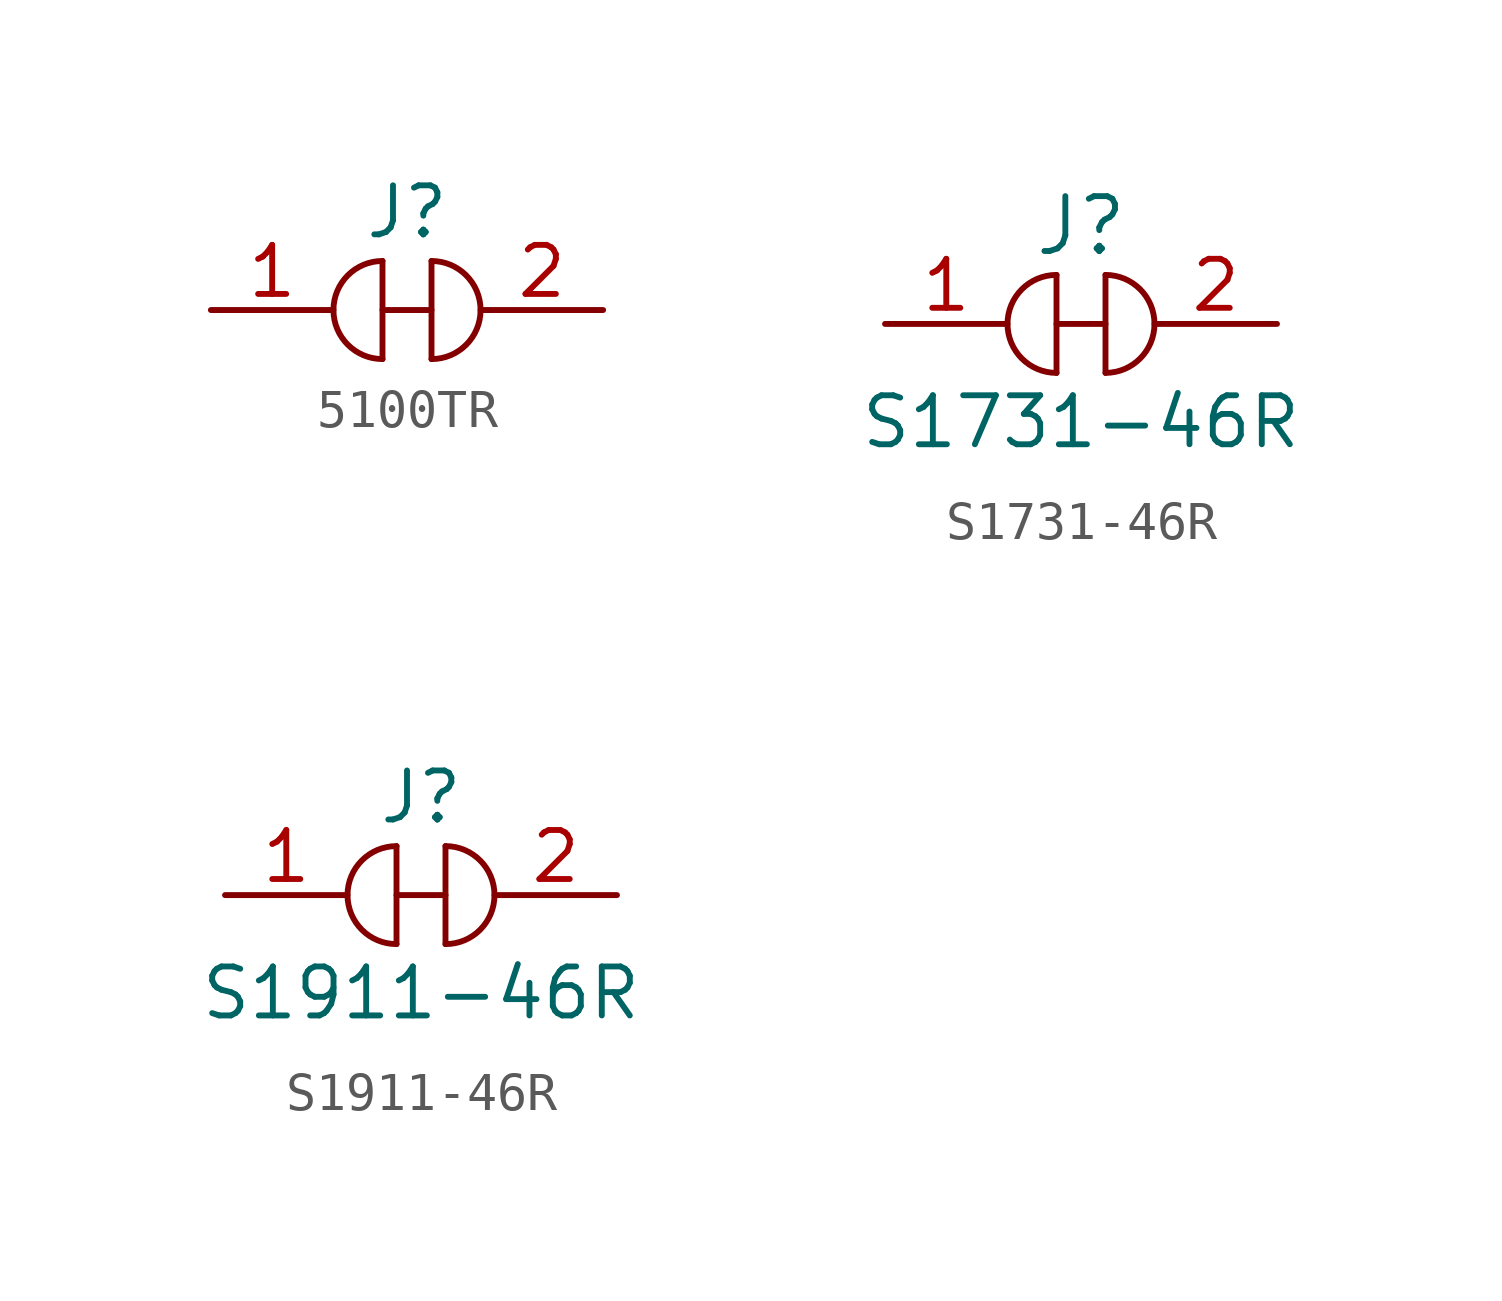
<source format=kicad_sym>
(kicad_symbol_lib
  (version 20211014)
  (generator kicad_symbol_editor)
  (symbol "5100TR"
    (pin_names
      (offset 1.016))
    (property "Reference" "J"
      (at 0 2.54 0)
      (effects (font (size 1.27 1.27))))
    (symbol "5100TR_0_1"
      (arc (start -0.635 1.27) (mid -1.905 0) (end -0.635 -1.27) (stroke (width 0) (type default) (color 0 0 0 0)) (fill (type none)))
      (polyline (pts (xy -0.635 0) (xy 0.635 0)) (stroke (width 0) (type default) (color 0 0 0 0)) (fill (type none)))
      (polyline (pts (xy -0.635 1.27) (xy -0.635 -1.27)) (stroke (width 0) (type default) (color 0 0 0 0)) (fill (type none)))
      (polyline (pts (xy 0.635 1.27) (xy 0.635 -1.27)) (stroke (width 0) (type default) (color 0 0 0 0)) (fill (type none)))
      (arc (start 0.635 -1.27) (mid 1.905 0) (end 0.635 1.27) (stroke (width 0) (type default) (color 0 0 0 0)) (fill (type none))))
    (symbol "5100TR_1_1"
      (pin passive line (at -5.08 0 0) (length 3.175) (name "~" (effects (font (size 1.27 1.27)))) (number "1" (effects (font (size 1.27 1.27)))))
      (pin passive line (at 5.08 0 180) (length 3.175) (name "~" (effects (font (size 1.27 1.27)))) (number "2" (effects (font (size 1.27 1.27)))))))
  (symbol "S1731-46R"
    (pin_names
      (offset 1.016))
    (property "Reference" "J"
      (at 0 2.54 0)
      (effects (font (size 1.422 1.422))))
    (property "Value" "S1731-46R"
      (at 0 -2.54 0)
      (effects (font (size 1.27 1.27))))
    (symbol "S1731-46R_1_1"
      (arc (start -0.635 1.27) (mid -1.905 0) (end -0.635 -1.27) (stroke (width 0) (type default) (color 0 0 0 0)) (fill (type none)))
      (polyline (pts (xy -0.635 0) (xy 0.635 0)) (stroke (width 0) (type default) (color 0 0 0 0)) (fill (type none)))
      (polyline (pts (xy -0.635 1.27) (xy -0.635 -1.27)) (stroke (width 0) (type default) (color 0 0 0 0)) (fill (type none)))
      (polyline (pts (xy 0.635 1.27) (xy 0.635 -1.27)) (stroke (width 0) (type default) (color 0 0 0 0)) (fill (type none)))
      (arc (start 0.635 -1.27) (mid 1.905 0) (end 0.635 1.27) (stroke (width 0) (type default) (color 0 0 0 0)) (fill (type none)))
      (pin passive line (at -5.08 0 0) (length 3.175) (name "~" (effects (font (size 1.27 1.27)))) (number "1" (effects (font (size 1.27 1.27)))))
      (pin passive line (at 5.08 0 180) (length 3.175) (name "~" (effects (font (size 1.27 1.27)))) (number "2" (effects (font (size 1.27 1.27)))))))
  (symbol "S1911-46R"
    (pin_names
      (offset 1.016))
    (property "Reference" "J"
      (at 0 2.54 0)
      (effects (font (size 1.27 1.27))))
    (property "Value" "S1911-46R"
      (at 0 -2.54 0)
      (effects (font (size 1.27 1.27))))
    (symbol "S1911-46R_1_1"
      (arc (start -0.635 1.27) (mid -1.905 0) (end -0.635 -1.27) (stroke (width 0) (type default) (color 0 0 0 0)) (fill (type none)))
      (polyline (pts (xy -0.635 0) (xy 0.635 0)) (stroke (width 0) (type default) (color 0 0 0 0)) (fill (type none)))
      (polyline (pts (xy -0.635 1.27) (xy -0.635 -1.27)) (stroke (width 0) (type default) (color 0 0 0 0)) (fill (type none)))
      (polyline (pts (xy 0.635 1.27) (xy 0.635 -1.27)) (stroke (width 0) (type default) (color 0 0 0 0)) (fill (type none)))
      (arc (start 0.635 -1.27) (mid 1.905 0) (end 0.635 1.27) (stroke (width 0) (type default) (color 0 0 0 0)) (fill (type none)))
      (pin passive line (at -5.08 0 0) (length 3.175) (name "~" (effects (font (size 1.27 1.27)))) (number "1" (effects (font (size 1.27 1.27)))))
      (pin passive line (at 5.08 0 180) (length 3.175) (name "~" (effects (font (size 1.27 1.27)))) (number "2" (effects (font (size 1.27 1.27))))))))
</source>
